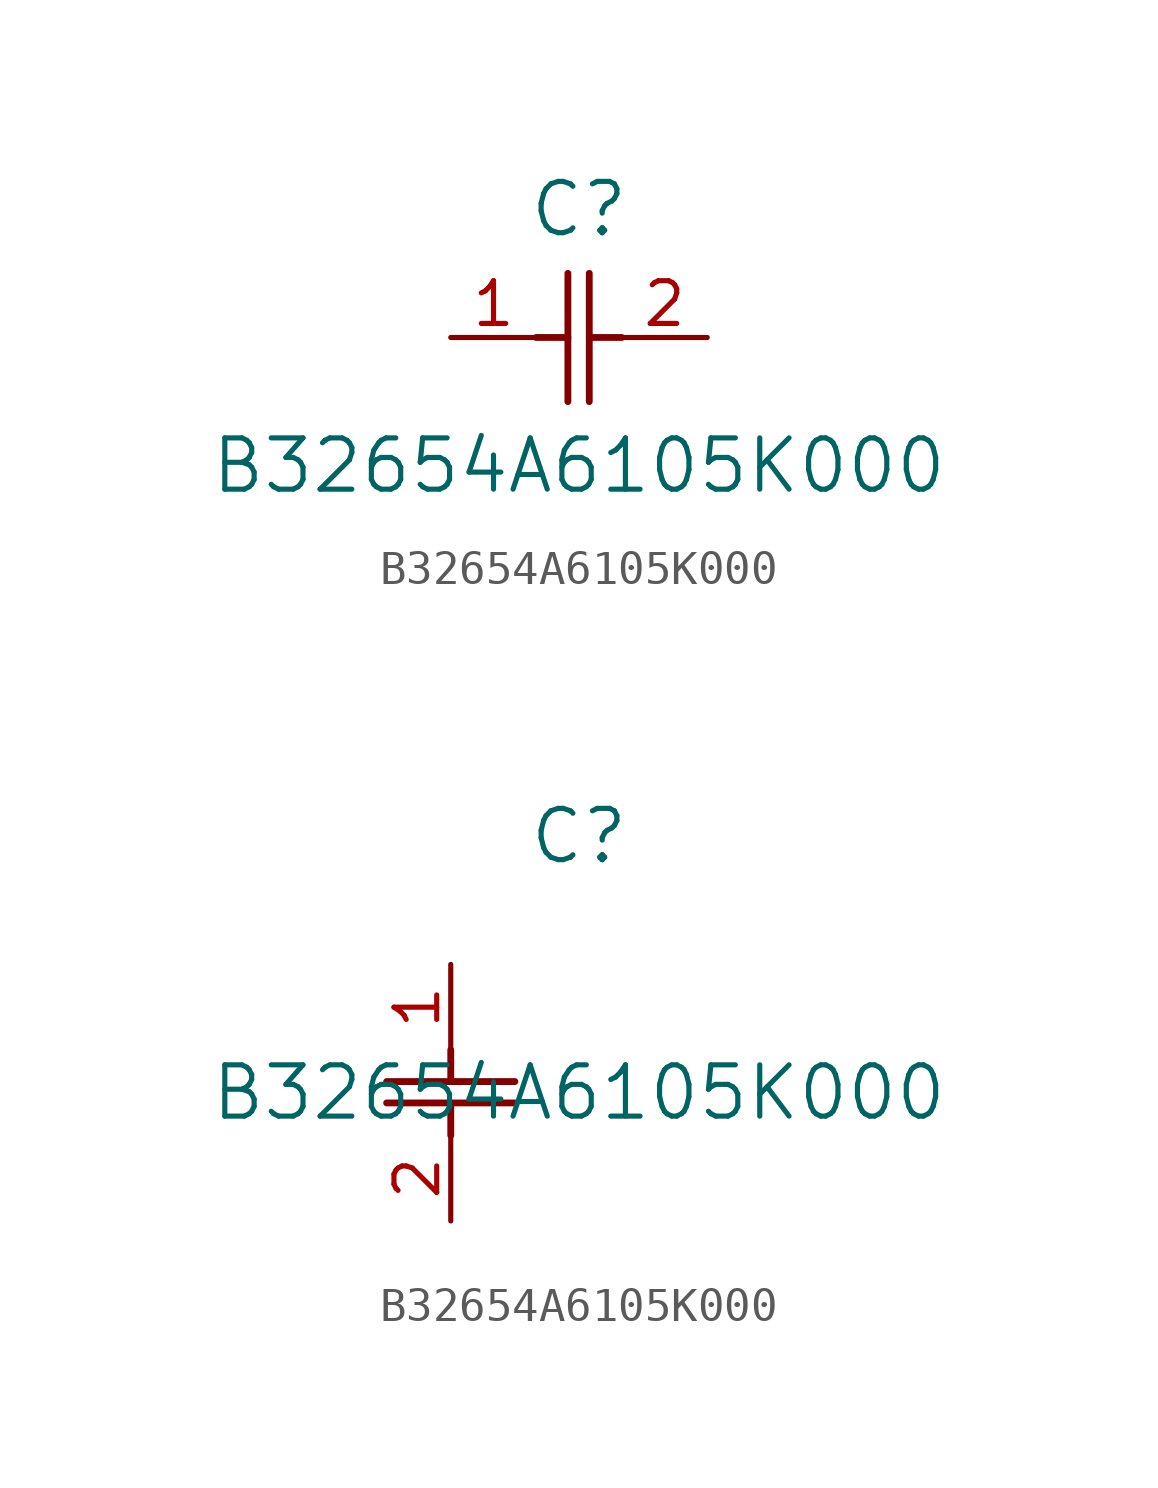
<source format=kicad_sym>
(kicad_symbol_lib
  (version 20211014)
  (generator kicad_symbol_editor)
  (symbol "B32654A6105K000"
    (pin_names
      (offset 0.254))
    (property "Reference" "C"
      (at 3.81 3.81 0)
      (effects (font (size 1.524 1.524))))
    (property "Value" "B32654A6105K000"
      (at 3.81 -3.81 0)
      (effects (font (size 1.524 1.524))))
    (symbol "B32654A6105K000_1_1"
      (polyline (pts (xy 3.48 -1.905) (xy 3.48 1.905)) (stroke (width 0.203) (type default) (color 0 0 0 0)) (fill (type none)))
      (polyline (pts (xy 4.115 -1.905) (xy 4.115 1.905)) (stroke (width 0.203) (type default) (color 0 0 0 0)) (fill (type none)))
      (polyline (pts (xy 4.115 0) (xy 5.08 0)) (stroke (width 0.203) (type default) (color 0 0 0 0)) (fill (type none)))
      (polyline (pts (xy 2.54 0) (xy 3.48 0)) (stroke (width 0.203) (type default) (color 0 0 0 0)) (fill (type none)))
      (pin unspecified line (at 0 0 0) (length 2.54) (name "" (effects (font (size 1.27 1.27)))) (number "1" (effects (font (size 1.27 1.27)))))
      (pin unspecified line (at 7.62 0 180) (length 2.54) (name "" (effects (font (size 1.27 1.27)))) (number "2" (effects (font (size 1.27 1.27))))))
    (symbol "B32654A6105K000_1_2"
      (polyline (pts (xy -1.905 -3.48) (xy 1.905 -3.48)) (stroke (width 0.203) (type default) (color 0 0 0 0)) (fill (type none)))
      (polyline (pts (xy -1.905 -4.115) (xy 1.905 -4.115)) (stroke (width 0.203) (type default) (color 0 0 0 0)) (fill (type none)))
      (polyline (pts (xy 0 -4.115) (xy 0 -5.08)) (stroke (width 0.203) (type default) (color 0 0 0 0)) (fill (type none)))
      (polyline (pts (xy 0 -2.54) (xy 0 -3.48)) (stroke (width 0.203) (type default) (color 0 0 0 0)) (fill (type none)))
      (pin unspecified line (at 0 0 270) (length 2.54) (name "" (effects (font (size 1.27 1.27)))) (number "1" (effects (font (size 1.27 1.27)))))
      (pin unspecified line (at 0 -7.62 90) (length 2.54) (name "" (effects (font (size 1.27 1.27)))) (number "2" (effects (font (size 1.27 1.27))))))))
</source>
